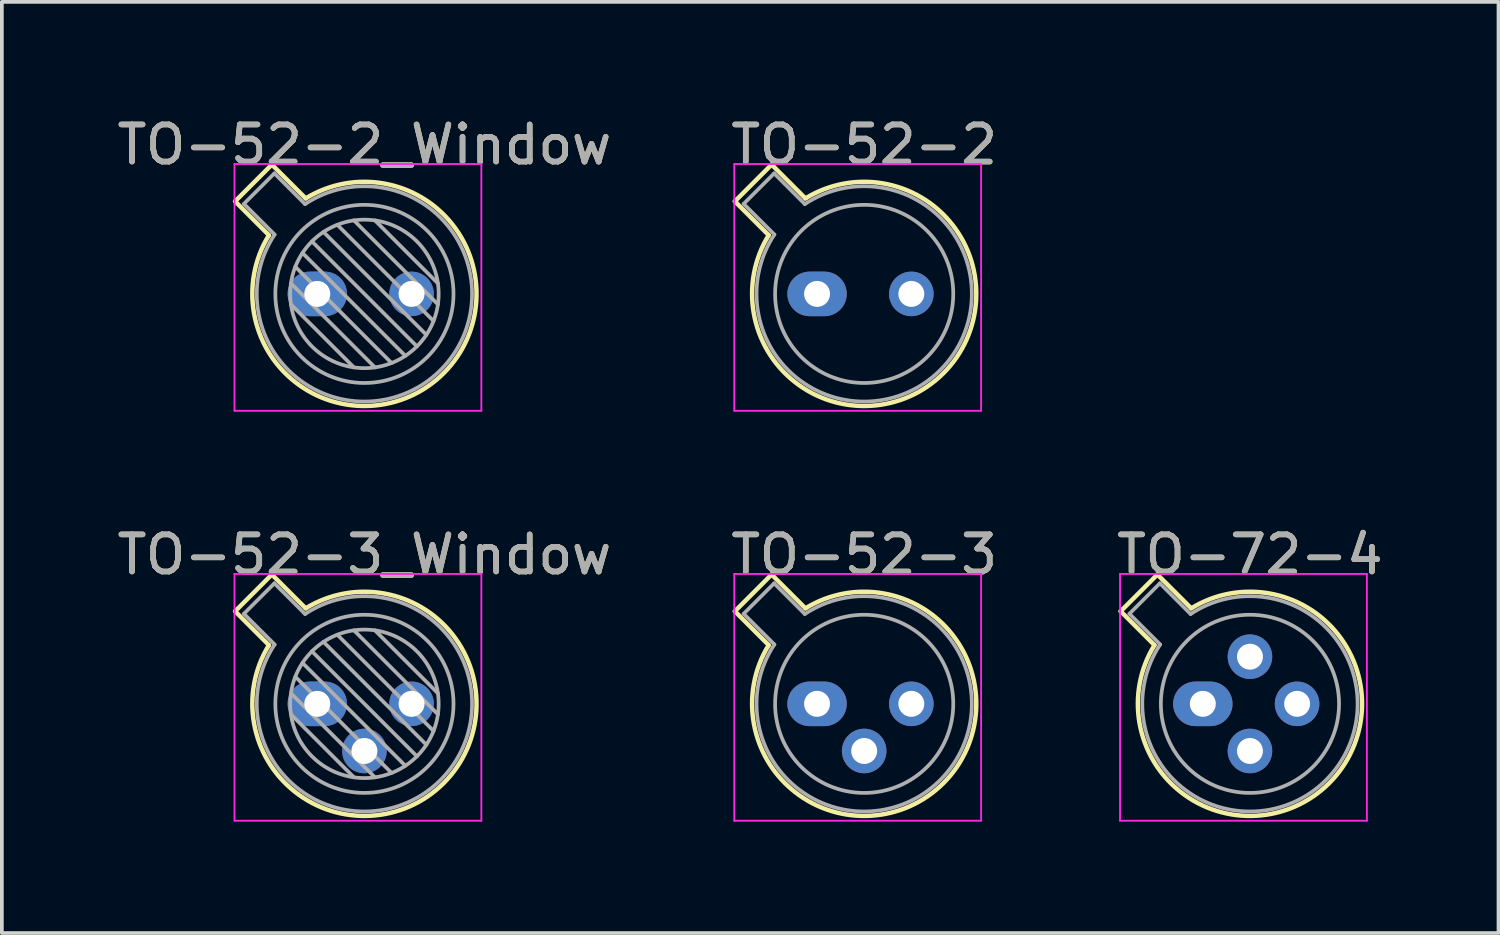
<source format=kicad_pcb>
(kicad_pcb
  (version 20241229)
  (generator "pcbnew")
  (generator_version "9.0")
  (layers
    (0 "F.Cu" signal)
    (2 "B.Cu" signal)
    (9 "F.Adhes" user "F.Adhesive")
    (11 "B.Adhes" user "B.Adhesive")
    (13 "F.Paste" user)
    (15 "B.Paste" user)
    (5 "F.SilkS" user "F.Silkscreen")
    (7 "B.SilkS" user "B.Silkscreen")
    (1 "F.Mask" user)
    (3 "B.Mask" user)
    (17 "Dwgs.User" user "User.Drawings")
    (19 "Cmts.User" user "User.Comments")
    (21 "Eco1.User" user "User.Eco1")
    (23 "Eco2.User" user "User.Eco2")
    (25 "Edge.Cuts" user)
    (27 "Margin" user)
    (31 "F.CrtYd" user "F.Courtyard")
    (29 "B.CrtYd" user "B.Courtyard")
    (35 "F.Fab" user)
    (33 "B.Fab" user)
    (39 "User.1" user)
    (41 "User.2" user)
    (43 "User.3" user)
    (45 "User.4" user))
  (footprint "TO-52-3_Window"
    (layer "F.Cu")
    (at 5.498 15.912)
    (property "Reference" "TO-52-3_Window" (at 1.27 -4.02 0) (layer "F.SilkS") (effects (font (size 1 1) (thickness 0.15))))
    (attr through_hole)
    (fp_line (start -2.214 -2.494) (end -1.302 -1.582) (stroke (width 0.12) (type solid)) (layer "F.SilkS"))
    (fp_line (start -1.224 -3.484) (end -2.214 -2.494) (stroke (width 0.12) (type solid)) (layer "F.SilkS"))
    (fp_line (start -0.312 -2.572) (end -1.224 -3.484) (stroke (width 0.12) (type solid)) (layer "F.SilkS"))
    (fp_arc (start -0.312331 -2.572281) (mid 3.405374 2.135551) (end -1.30215 -1.582544) (stroke (width 0.12) (type solid)) (layer "F.SilkS"))
    (fp_line (start -2.23 -3.5) (end -2.23 3.15) (stroke (width 0.05) (type solid)) (layer "F.CrtYd"))
    (fp_line (start -2.23 3.15) (end 4.42 3.15) (stroke (width 0.05) (type solid)) (layer "F.CrtYd"))
    (fp_line (start 4.42 -3.5) (end -2.23 -3.5) (stroke (width 0.05) (type solid)) (layer "F.CrtYd"))
    (fp_line (start 4.42 3.15) (end 4.42 -3.5) (stroke (width 0.05) (type solid)) (layer "F.CrtYd"))
    (fp_line (start -1.977 -2.426) (end -1.149 -1.599) (stroke (width 0.1) (type solid)) (layer "F.Fab"))
    (fp_line (start -1.156 -3.247) (end -1.977 -2.426) (stroke (width 0.1) (type solid)) (layer "F.Fab"))
    (fp_line (start -0.71 -0.283) (end 1.553 1.98) (stroke (width 0.1) (type solid)) (layer "F.Fab"))
    (fp_line (start -0.71 0.283) (end 0.987 1.98) (stroke (width 0.1) (type solid)) (layer "F.Fab"))
    (fp_line (start -0.592 -0.731) (end 2.001 1.862) (stroke (width 0.1) (type solid)) (layer "F.Fab"))
    (fp_line (start -0.399 -1.103) (end 2.373 1.669) (stroke (width 0.1) (type solid)) (layer "F.Fab"))
    (fp_line (start -0.329 -2.419) (end -1.156 -3.247) (stroke (width 0.1) (type solid)) (layer "F.Fab"))
    (fp_line (start -0.145 -1.415) (end 2.685 1.415) (stroke (width 0.1) (type solid)) (layer "F.Fab"))
    (fp_line (start 0.167 -1.669) (end 2.939 1.103) (stroke (width 0.1) (type solid)) (layer "F.Fab"))
    (fp_line (start 0.539 -1.862) (end 3.132 0.731) (stroke (width 0.1) (type solid)) (layer "F.Fab"))
    (fp_line (start 0.987 -1.98) (end 3.25 0.283) (stroke (width 0.1) (type solid)) (layer "F.Fab"))
    (fp_line (start 1.553 -1.98) (end 3.25 -0.283) (stroke (width 0.1) (type solid)) (layer "F.Fab"))
    (fp_arc (start -0.329057 -2.419301) (mid 3.321076 2.050143) (end -1.150029 -1.597956) (stroke (width 0.1) (type solid)) (layer "F.Fab"))
    (fp_circle (center 1.27 0) (end 3.27 0) (stroke (width 0.1) (type solid)) (fill no) (layer "F.Fab"))
    (fp_circle (center 1.27 0) (end 3.67 0) (stroke (width 0.1) (type solid)) (fill no) (layer "F.Fab"))
    (fp_text user "${REFERENCE}" (at 1.27 -4.02 0) (layer "F.Fab") (effects (font (size 1 1) (thickness 0.15))))
    (pad "1" thru_hole oval (at 0 0) (size 1.6 1.2) (drill 0.7) (layers "*.Cu" "*.Mask"))
    (pad "2" thru_hole oval (at 1.27 1.27) (size 1.2 1.2) (drill 0.7) (layers "*.Cu" "*.Mask"))
    (pad "3" thru_hole oval (at 2.54 0) (size 1.2 1.2) (drill 0.7) (layers "*.Cu" "*.Mask")))
  (footprint "TO-52-3"
    (layer "F.Cu")
    (at 18.962 15.912)
    (property "Reference" "TO-52-3" (at 1.27 -4.02 0) (layer "F.SilkS") (effects (font (size 1 1) (thickness 0.15))))
    (attr through_hole)
    (fp_line (start -2.214 -2.494) (end -1.302 -1.582) (stroke (width 0.12) (type solid)) (layer "F.SilkS"))
    (fp_line (start -1.224 -3.484) (end -2.214 -2.494) (stroke (width 0.12) (type solid)) (layer "F.SilkS"))
    (fp_line (start -0.312 -2.572) (end -1.224 -3.484) (stroke (width 0.12) (type solid)) (layer "F.SilkS"))
    (fp_arc (start -0.312331 -2.572281) (mid 3.405374 2.135551) (end -1.30215 -1.582544) (stroke (width 0.12) (type solid)) (layer "F.SilkS"))
    (fp_line (start -2.23 -3.5) (end -2.23 3.15) (stroke (width 0.05) (type solid)) (layer "F.CrtYd"))
    (fp_line (start -2.23 3.15) (end 4.42 3.15) (stroke (width 0.05) (type solid)) (layer "F.CrtYd"))
    (fp_line (start 4.42 -3.5) (end -2.23 -3.5) (stroke (width 0.05) (type solid)) (layer "F.CrtYd"))
    (fp_line (start 4.42 3.15) (end 4.42 -3.5) (stroke (width 0.05) (type solid)) (layer "F.CrtYd"))
    (fp_line (start -1.977 -2.426) (end -1.149 -1.599) (stroke (width 0.1) (type solid)) (layer "F.Fab"))
    (fp_line (start -1.156 -3.247) (end -1.977 -2.426) (stroke (width 0.1) (type solid)) (layer "F.Fab"))
    (fp_line (start -0.329 -2.419) (end -1.156 -3.247) (stroke (width 0.1) (type solid)) (layer "F.Fab"))
    (fp_arc (start -0.329057 -2.419301) (mid 3.321076 2.050143) (end -1.150029 -1.597956) (stroke (width 0.1) (type solid)) (layer "F.Fab"))
    (fp_circle (center 1.27 0) (end 3.67 0) (stroke (width 0.1) (type solid)) (fill no) (layer "F.Fab"))
    (fp_text user "${REFERENCE}" (at 1.27 -4.02 0) (layer "F.Fab") (effects (font (size 1 1) (thickness 0.15))))
    (pad "1" thru_hole oval (at 0 0) (size 1.6 1.2) (drill 0.7) (layers "*.Cu" "*.Mask"))
    (pad "2" thru_hole oval (at 1.27 1.27) (size 1.2 1.2) (drill 0.7) (layers "*.Cu" "*.Mask"))
    (pad "3" thru_hole oval (at 2.54 0) (size 1.2 1.2) (drill 0.7) (layers "*.Cu" "*.Mask")))
  (footprint "TO-52-2_Window"
    (layer "F.Cu")
    (at 5.498 4.868)
    (property "Reference" "TO-52-2_Window" (at 1.27 -4.02 0) (layer "F.SilkS") (effects (font (size 1 1) (thickness 0.15))))
    (attr through_hole)
    (fp_line (start -2.214 -2.494) (end -1.302 -1.582) (stroke (width 0.12) (type solid)) (layer "F.SilkS"))
    (fp_line (start -1.224 -3.484) (end -2.214 -2.494) (stroke (width 0.12) (type solid)) (layer "F.SilkS"))
    (fp_line (start -0.312 -2.572) (end -1.224 -3.484) (stroke (width 0.12) (type solid)) (layer "F.SilkS"))
    (fp_arc (start -0.312331 -2.572281) (mid 3.405374 2.135551) (end -1.30215 -1.582544) (stroke (width 0.12) (type solid)) (layer "F.SilkS"))
    (fp_line (start -2.23 -3.5) (end -2.23 3.15) (stroke (width 0.05) (type solid)) (layer "F.CrtYd"))
    (fp_line (start -2.23 3.15) (end 4.42 3.15) (stroke (width 0.05) (type solid)) (layer "F.CrtYd"))
    (fp_line (start 4.42 -3.5) (end -2.23 -3.5) (stroke (width 0.05) (type solid)) (layer "F.CrtYd"))
    (fp_line (start 4.42 3.15) (end 4.42 -3.5) (stroke (width 0.05) (type solid)) (layer "F.CrtYd"))
    (fp_line (start -1.977 -2.426) (end -1.149 -1.599) (stroke (width 0.1) (type solid)) (layer "F.Fab"))
    (fp_line (start -1.156 -3.247) (end -1.977 -2.426) (stroke (width 0.1) (type solid)) (layer "F.Fab"))
    (fp_line (start -0.71 -0.283) (end 1.553 1.98) (stroke (width 0.1) (type solid)) (layer "F.Fab"))
    (fp_line (start -0.71 0.283) (end 0.987 1.98) (stroke (width 0.1) (type solid)) (layer "F.Fab"))
    (fp_line (start -0.592 -0.731) (end 2.001 1.862) (stroke (width 0.1) (type solid)) (layer "F.Fab"))
    (fp_line (start -0.399 -1.103) (end 2.373 1.669) (stroke (width 0.1) (type solid)) (layer "F.Fab"))
    (fp_line (start -0.329 -2.419) (end -1.156 -3.247) (stroke (width 0.1) (type solid)) (layer "F.Fab"))
    (fp_line (start -0.145 -1.415) (end 2.685 1.415) (stroke (width 0.1) (type solid)) (layer "F.Fab"))
    (fp_line (start 0.167 -1.669) (end 2.939 1.103) (stroke (width 0.1) (type solid)) (layer "F.Fab"))
    (fp_line (start 0.539 -1.862) (end 3.132 0.731) (stroke (width 0.1) (type solid)) (layer "F.Fab"))
    (fp_line (start 0.987 -1.98) (end 3.25 0.283) (stroke (width 0.1) (type solid)) (layer "F.Fab"))
    (fp_line (start 1.553 -1.98) (end 3.25 -0.283) (stroke (width 0.1) (type solid)) (layer "F.Fab"))
    (fp_arc (start -0.329057 -2.419301) (mid 3.321076 2.050143) (end -1.150029 -1.597956) (stroke (width 0.1) (type solid)) (layer "F.Fab"))
    (fp_circle (center 1.27 0) (end 3.27 0) (stroke (width 0.1) (type solid)) (fill no) (layer "F.Fab"))
    (fp_circle (center 1.27 0) (end 3.67 0) (stroke (width 0.1) (type solid)) (fill no) (layer "F.Fab"))
    (fp_text user "${REFERENCE}" (at 1.27 -4.02 0) (layer "F.Fab") (effects (font (size 1 1) (thickness 0.15))))
    (pad "1" thru_hole oval (at 0 0) (size 1.6 1.2) (drill 0.7) (layers "*.Cu" "*.Mask"))
    (pad "2" thru_hole oval (at 2.54 0) (size 1.2 1.2) (drill 0.7) (layers "*.Cu" "*.Mask")))
  (footprint "TO-52-2"
    (layer "F.Cu")
    (at 18.962 4.868)
    (property "Reference" "TO-52-2" (at 1.27 -4.02 0) (layer "F.SilkS") (effects (font (size 1 1) (thickness 0.15))))
    (attr through_hole)
    (fp_line (start -2.214 -2.494) (end -1.302 -1.582) (stroke (width 0.12) (type solid)) (layer "F.SilkS"))
    (fp_line (start -1.224 -3.484) (end -2.214 -2.494) (stroke (width 0.12) (type solid)) (layer "F.SilkS"))
    (fp_line (start -0.312 -2.572) (end -1.224 -3.484) (stroke (width 0.12) (type solid)) (layer "F.SilkS"))
    (fp_arc (start -0.312331 -2.572281) (mid 3.405374 2.135551) (end -1.30215 -1.582544) (stroke (width 0.12) (type solid)) (layer "F.SilkS"))
    (fp_line (start -2.23 -3.5) (end -2.23 3.15) (stroke (width 0.05) (type solid)) (layer "F.CrtYd"))
    (fp_line (start -2.23 3.15) (end 4.42 3.15) (stroke (width 0.05) (type solid)) (layer "F.CrtYd"))
    (fp_line (start 4.42 -3.5) (end -2.23 -3.5) (stroke (width 0.05) (type solid)) (layer "F.CrtYd"))
    (fp_line (start 4.42 3.15) (end 4.42 -3.5) (stroke (width 0.05) (type solid)) (layer "F.CrtYd"))
    (fp_line (start -1.977 -2.426) (end -1.149 -1.599) (stroke (width 0.1) (type solid)) (layer "F.Fab"))
    (fp_line (start -1.156 -3.247) (end -1.977 -2.426) (stroke (width 0.1) (type solid)) (layer "F.Fab"))
    (fp_line (start -0.329 -2.419) (end -1.156 -3.247) (stroke (width 0.1) (type solid)) (layer "F.Fab"))
    (fp_arc (start -0.329057 -2.419301) (mid 3.321076 2.050143) (end -1.150029 -1.597956) (stroke (width 0.1) (type solid)) (layer "F.Fab"))
    (fp_circle (center 1.27 0) (end 3.67 0) (stroke (width 0.1) (type solid)) (fill no) (layer "F.Fab"))
    (fp_text user "${REFERENCE}" (at 1.27 -4.02 0) (layer "F.Fab") (effects (font (size 1 1) (thickness 0.15))))
    (pad "1" thru_hole oval (at 0 0) (size 1.6 1.2) (drill 0.7) (layers "*.Cu" "*.Mask"))
    (pad "2" thru_hole oval (at 2.54 0) (size 1.2 1.2) (drill 0.7) (layers "*.Cu" "*.Mask")))
  (footprint "TO-72-4"
    (layer "F.Cu")
    (at 29.355 15.912)
    (property "Reference" "TO-72-4" (at 1.27 -4.02 0) (layer "F.SilkS") (effects (font (size 1 1) (thickness 0.15))))
    (attr through_hole)
    (fp_line (start -2.214 -2.494) (end -1.302 -1.582) (stroke (width 0.12) (type solid)) (layer "F.SilkS"))
    (fp_line (start -1.224 -3.484) (end -2.214 -2.494) (stroke (width 0.12) (type solid)) (layer "F.SilkS"))
    (fp_line (start -0.312 -2.572) (end -1.224 -3.484) (stroke (width 0.12) (type solid)) (layer "F.SilkS"))
    (fp_arc (start -0.312331 -2.572281) (mid 3.405374 2.135551) (end -1.30215 -1.582544) (stroke (width 0.12) (type solid)) (layer "F.SilkS"))
    (fp_line (start -2.23 -3.5) (end -2.23 3.15) (stroke (width 0.05) (type solid)) (layer "F.CrtYd"))
    (fp_line (start -2.23 3.15) (end 4.42 3.15) (stroke (width 0.05) (type solid)) (layer "F.CrtYd"))
    (fp_line (start 4.42 -3.5) (end -2.23 -3.5) (stroke (width 0.05) (type solid)) (layer "F.CrtYd"))
    (fp_line (start 4.42 3.15) (end 4.42 -3.5) (stroke (width 0.05) (type solid)) (layer "F.CrtYd"))
    (fp_line (start -1.977 -2.426) (end -1.149 -1.599) (stroke (width 0.1) (type solid)) (layer "F.Fab"))
    (fp_line (start -1.156 -3.247) (end -1.977 -2.426) (stroke (width 0.1) (type solid)) (layer "F.Fab"))
    (fp_line (start -0.329 -2.419) (end -1.156 -3.247) (stroke (width 0.1) (type solid)) (layer "F.Fab"))
    (fp_arc (start -0.329057 -2.419301) (mid 3.321076 2.050143) (end -1.150029 -1.597956) (stroke (width 0.1) (type solid)) (layer "F.Fab"))
    (fp_circle (center 1.27 0) (end 3.67 0) (stroke (width 0.1) (type solid)) (fill no) (layer "F.Fab"))
    (fp_text user "${REFERENCE}" (at 1.27 -4.02 0) (layer "F.Fab") (effects (font (size 1 1) (thickness 0.15))))
    (pad "1" thru_hole oval (at 0 0) (size 1.6 1.2) (drill 0.7) (layers "*.Cu" "*.Mask"))
    (pad "2" thru_hole oval (at 1.27 1.27) (size 1.2 1.2) (drill 0.7) (layers "*.Cu" "*.Mask"))
    (pad "3" thru_hole oval (at 2.54 0) (size 1.2 1.2) (drill 0.7) (layers "*.Cu" "*.Mask"))
    (pad "4" thru_hole oval (at 1.27 -1.27) (size 1.2 1.2) (drill 0.7) (layers "*.Cu" "*.Mask")))
  (gr_rect
    (start -3 -3)
    (end 37.321 22.087)
    (stroke (width 0.1) (type default))
    (fill no)
    (layer "Edge.Cuts")))
</source>
